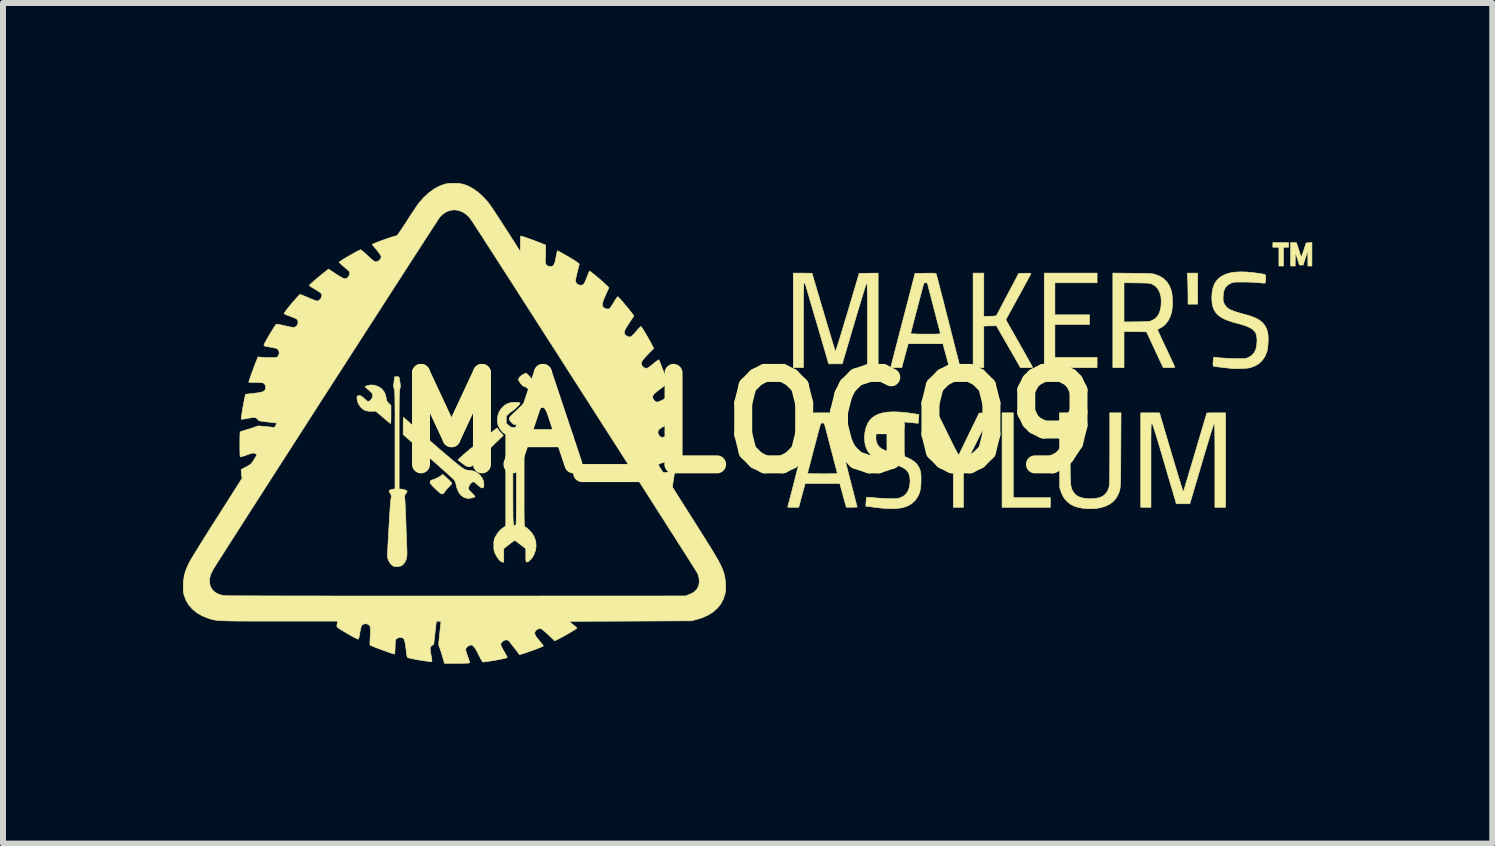
<source format=kicad_pcb>
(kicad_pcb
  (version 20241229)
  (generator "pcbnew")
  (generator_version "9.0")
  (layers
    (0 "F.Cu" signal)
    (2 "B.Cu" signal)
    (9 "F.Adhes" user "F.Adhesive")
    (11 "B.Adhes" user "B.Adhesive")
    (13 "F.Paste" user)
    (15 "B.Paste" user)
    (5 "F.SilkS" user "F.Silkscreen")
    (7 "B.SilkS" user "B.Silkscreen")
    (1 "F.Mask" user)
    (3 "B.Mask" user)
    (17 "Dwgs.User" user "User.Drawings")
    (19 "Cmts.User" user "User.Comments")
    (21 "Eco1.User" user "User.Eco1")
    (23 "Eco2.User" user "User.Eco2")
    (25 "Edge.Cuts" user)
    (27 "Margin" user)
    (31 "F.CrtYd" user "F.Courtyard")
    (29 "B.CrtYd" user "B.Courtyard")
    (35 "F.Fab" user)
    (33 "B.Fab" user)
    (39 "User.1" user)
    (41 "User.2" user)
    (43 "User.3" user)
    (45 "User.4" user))
  (footprint "MA_LOGO9"
    (layer "F.Cu")
    (at 9.41 4)
    (property "Reference" "MA_LOGO9" (at 0 0 0) (layer "F.SilkS") (effects (font (size 1.524 1.524) (thickness 0.3))))
    (attr through_hole)
    (fp_poly (pts (xy 4.428 1.245) (xy 5.046 1.245) (xy 5.046 1.405) (xy 4.242 1.405) (xy 4.242 -0.169) (xy 4.428 -0.169) (xy 4.428 1.245)) (stroke (width 0.01) (type solid)) (fill yes) (layer "F.SilkS"))
    (fp_poly (pts (xy 9.017 -2.929) (xy 8.932 -2.929) (xy 8.932 -2.616) (xy 8.856 -2.616) (xy 8.856 -2.929) (xy 8.755 -2.929) (xy 8.755 -3.006) (xy 9.017 -3.006) (xy 9.017 -2.929)) (stroke (width 0.01) (type solid)) (fill yes) (layer "F.SilkS"))
    (fp_poly (pts (xy 7.501 -1.981) (xy 7.341 -1.981) (xy 7.341 -2.131) (xy 7.34 -2.191) (xy 7.339 -2.254) (xy 7.338 -2.315) (xy 7.336 -2.368) (xy 7.335 -2.39) (xy 7.33 -2.498) (xy 7.501 -2.498) (xy 7.501 -1.981)) (stroke (width 0.01) (type solid)) (fill yes) (layer "F.SilkS"))
    (fp_poly (pts (xy 5.825 -2.337) (xy 5.122 -2.337) (xy 5.122 -1.803) (xy 5.698 -1.803) (xy 5.698 -1.643) (xy 5.122 -1.643) (xy 5.122 -1.092) (xy 5.825 -1.092) (xy 5.825 -0.923) (xy 4.945 -0.923) (xy 4.945 -2.498) (xy 5.825 -2.498) (xy 5.825 -2.337)) (stroke (width 0.01) (type solid)) (fill yes) (layer "F.SilkS"))
    (fp_poly (pts (xy 9.406 -2.616) (xy 9.339 -2.616) (xy 9.338 -2.745) (xy 9.338 -2.874) (xy 9.259 -2.633) (xy 9.198 -2.633) (xy 9.129 -2.849) (xy 9.128 -2.733) (xy 9.127 -2.616) (xy 9.051 -2.616) (xy 9.051 -3.006) (xy 9.1 -3.006) (xy 9.148 -3.006) (xy 9.186 -2.887) (xy 9.199 -2.845) (xy 9.211 -2.81) (xy 9.221 -2.784) (xy 9.227 -2.77) (xy 9.228 -2.769) (xy 9.233 -2.776) (xy 9.241 -2.797) (xy 9.252 -2.828) (xy 9.266 -2.867) (xy 9.272 -2.885) (xy 9.31 -3.001) (xy 9.358 -3.004) (xy 9.406 -3.007) (xy 9.406 -2.616)) (stroke (width 0.01) (type solid)) (fill yes) (layer "F.SilkS"))
    (fp_poly (pts (xy -5.004 0.925) (xy -4.975 0.953) (xy -4.95 0.977) (xy -4.934 0.996) (xy -4.928 1.006) (xy -4.928 1.006) (xy -4.934 1.017) (xy -4.949 1.035) (xy -4.971 1.057) (xy -4.971 1.057) (xy -5 1.086) (xy -5.027 1.118) (xy -5.044 1.141) (xy -5.059 1.164) (xy -5.074 1.178) (xy -5.088 1.184) (xy -5.106 1.179) (xy -5.129 1.165) (xy -5.159 1.139) (xy -5.198 1.102) (xy -5.202 1.099) (xy -5.239 1.062) (xy -5.265 1.034) (xy -5.282 1.014) (xy -5.29 0.999) (xy -5.292 0.99) (xy -5.29 0.974) (xy -5.282 0.962) (xy -5.266 0.952) (xy -5.237 0.942) (xy -5.218 0.936) (xy -5.181 0.921) (xy -5.143 0.901) (xy -5.124 0.888) (xy -5.081 0.856) (xy -5.004 0.925)) (stroke (width 0.01) (type solid)) (fill yes) (layer "F.SilkS"))
    (fp_poly (pts (xy -4.166 0.092) (xy -4.162 0.101) (xy -4.153 0.115) (xy -4.137 0.137) (xy -4.115 0.161) (xy -4.114 0.162) (xy -4.071 0.207) (xy -4.182 0.313) (xy -4.22 0.35) (xy -4.256 0.386) (xy -4.287 0.419) (xy -4.311 0.444) (xy -4.323 0.457) (xy -4.339 0.475) (xy -4.364 0.502) (xy -4.398 0.535) (xy -4.436 0.572) (xy -4.476 0.61) (xy -4.478 0.611) (xy -4.52 0.651) (xy -4.552 0.68) (xy -4.576 0.701) (xy -4.594 0.714) (xy -4.608 0.722) (xy -4.62 0.726) (xy -4.632 0.728) (xy -4.641 0.728) (xy -4.659 0.727) (xy -4.676 0.723) (xy -4.694 0.714) (xy -4.719 0.698) (xy -4.752 0.674) (xy -4.754 0.672) (xy -4.829 0.615) (xy -4.775 0.565) (xy -4.7 0.499) (xy -4.614 0.427) (xy -4.517 0.349) (xy -4.42 0.274) (xy -4.374 0.24) (xy -4.33 0.205) (xy -4.289 0.173) (xy -4.256 0.147) (xy -4.235 0.13) (xy -4.209 0.109) (xy -4.189 0.093) (xy -4.176 0.085) (xy -4.174 0.085) (xy -4.166 0.092)) (stroke (width 0.01) (type solid)) (fill yes) (layer "F.SilkS"))
    (fp_poly (pts (xy 3.937 -1.778) (xy 4.011 -1.778) (xy 4.049 -1.779) (xy 4.085 -1.78) (xy 4.111 -1.783) (xy 4.116 -1.783) (xy 4.147 -1.788) (xy 4.333 -2.141) (xy 4.519 -2.493) (xy 4.623 -2.496) (xy 4.668 -2.496) (xy 4.698 -2.496) (xy 4.715 -2.494) (xy 4.722 -2.49) (xy 4.722 -2.487) (xy 4.717 -2.478) (xy 4.705 -2.455) (xy 4.686 -2.421) (xy 4.662 -2.375) (xy 4.632 -2.321) (xy 4.599 -2.259) (xy 4.562 -2.191) (xy 4.522 -2.118) (xy 4.511 -2.099) (xy 4.304 -1.721) (xy 4.527 -1.328) (xy 4.569 -1.253) (xy 4.609 -1.183) (xy 4.645 -1.119) (xy 4.677 -1.061) (xy 4.704 -1.013) (xy 4.726 -0.974) (xy 4.741 -0.946) (xy 4.749 -0.931) (xy 4.75 -0.929) (xy 4.742 -0.927) (xy 4.72 -0.925) (xy 4.688 -0.923) (xy 4.649 -0.923) (xy 4.649 -0.923) (xy 4.548 -0.923) (xy 4.348 -1.272) (xy 4.147 -1.621) (xy 4.042 -1.619) (xy 3.937 -1.616) (xy 3.937 -0.923) (xy 3.759 -0.923) (xy 3.759 -2.498) (xy 3.937 -2.498) (xy 3.937 -1.778)) (stroke (width 0.01) (type solid)) (fill yes) (layer "F.SilkS"))
    (fp_poly (pts (xy 3.339 0.188) (xy 3.38 0.271) (xy 3.414 0.34) (xy 3.443 0.397) (xy 3.465 0.441) (xy 3.483 0.475) (xy 3.497 0.5) (xy 3.507 0.516) (xy 3.514 0.526) (xy 3.519 0.53) (xy 3.523 0.529) (xy 3.525 0.525) (xy 3.531 0.513) (xy 3.543 0.488) (xy 3.561 0.45) (xy 3.584 0.403) (xy 3.611 0.347) (xy 3.642 0.284) (xy 3.675 0.215) (xy 3.697 0.169) (xy 3.86 -0.165) (xy 3.958 -0.167) (xy 3.996 -0.168) (xy 4.027 -0.168) (xy 4.048 -0.167) (xy 4.056 -0.165) (xy 4.052 -0.157) (xy 4.041 -0.135) (xy 4.024 -0.101) (xy 4.002 -0.055) (xy 3.974 0.001) (xy 3.943 0.065) (xy 3.907 0.136) (xy 3.869 0.213) (xy 3.828 0.295) (xy 3.827 0.296) (xy 3.598 0.753) (xy 3.598 1.405) (xy 3.429 1.405) (xy 3.429 0.751) (xy 3.2 0.299) (xy 3.159 0.218) (xy 3.121 0.141) (xy 3.085 0.07) (xy 3.053 0.006) (xy 3.025 -0.05) (xy 3.003 -0.095) (xy 2.986 -0.13) (xy 2.975 -0.152) (xy 2.972 -0.161) (xy 2.98 -0.165) (xy 3.003 -0.168) (xy 3.04 -0.169) (xy 3.068 -0.169) (xy 3.163 -0.169) (xy 3.339 0.188)) (stroke (width 0.01) (type solid)) (fill yes) (layer "F.SilkS"))
    (fp_poly (pts (xy -6.241 -0.633) (xy -6.187 -0.62) (xy -6.136 -0.596) (xy -6.092 -0.563) (xy -6.058 -0.52) (xy -6.05 -0.505) (xy -6.036 -0.47) (xy -6.026 -0.431) (xy -6.023 -0.413) (xy -6.018 -0.384) (xy -6.01 -0.363) (xy -5.993 -0.342) (xy -5.981 -0.329) (xy -5.944 -0.293) (xy -5.944 -0.142) (xy -5.944 -0.094) (xy -5.945 -0.052) (xy -5.946 -0.019) (xy -5.948 0.002) (xy -5.95 0.008) (xy -5.959 0.003) (xy -5.977 -0.011) (xy -6.002 -0.031) (xy -6.016 -0.043) (xy -6.052 -0.074) (xy -6.093 -0.109) (xy -6.131 -0.141) (xy -6.137 -0.146) (xy -6.199 -0.197) (xy -6.269 -0.195) (xy -6.323 -0.197) (xy -6.366 -0.206) (xy -6.402 -0.223) (xy -6.435 -0.252) (xy -6.447 -0.264) (xy -6.479 -0.308) (xy -6.5 -0.356) (xy -6.51 -0.403) (xy -6.509 -0.425) (xy -6.506 -0.444) (xy -6.496 -0.453) (xy -6.477 -0.455) (xy -6.459 -0.455) (xy -6.442 -0.449) (xy -6.421 -0.435) (xy -6.401 -0.417) (xy -6.369 -0.39) (xy -6.348 -0.372) (xy -6.334 -0.362) (xy -6.323 -0.359) (xy -6.314 -0.361) (xy -6.302 -0.367) (xy -6.3 -0.368) (xy -6.272 -0.392) (xy -6.254 -0.426) (xy -6.248 -0.46) (xy -6.25 -0.475) (xy -6.256 -0.489) (xy -6.268 -0.505) (xy -6.289 -0.526) (xy -6.313 -0.548) (xy -6.377 -0.605) (xy -6.344 -0.62) (xy -6.295 -0.633) (xy -6.241 -0.633)) (stroke (width 0.01) (type solid)) (fill yes) (layer "F.SilkS"))
    (fp_poly (pts (xy 5.376 0.409) (xy 5.376 0.529) (xy 5.377 0.634) (xy 5.377 0.724) (xy 5.378 0.8) (xy 5.378 0.865) (xy 5.38 0.92) (xy 5.382 0.965) (xy 5.384 1.001) (xy 5.387 1.031) (xy 5.391 1.056) (xy 5.395 1.076) (xy 5.4 1.093) (xy 5.406 1.108) (xy 5.413 1.123) (xy 5.415 1.126) (xy 5.446 1.174) (xy 5.488 1.212) (xy 5.54 1.238) (xy 5.604 1.255) (xy 5.681 1.263) (xy 5.719 1.263) (xy 5.8 1.258) (xy 5.867 1.243) (xy 5.923 1.218) (xy 5.966 1.182) (xy 6 1.134) (xy 6.023 1.075) (xy 6.026 1.065) (xy 6.028 1.051) (xy 6.03 1.034) (xy 6.032 1.011) (xy 6.033 0.981) (xy 6.034 0.944) (xy 6.035 0.898) (xy 6.036 0.841) (xy 6.036 0.773) (xy 6.036 0.693) (xy 6.037 0.598) (xy 6.037 0.489) (xy 6.037 0.43) (xy 6.037 -0.169) (xy 6.224 -0.169) (xy 6.221 0.451) (xy 6.22 0.571) (xy 6.22 0.675) (xy 6.219 0.765) (xy 6.218 0.842) (xy 6.217 0.907) (xy 6.216 0.961) (xy 6.215 1.007) (xy 6.212 1.044) (xy 6.21 1.075) (xy 6.206 1.1) (xy 6.202 1.121) (xy 6.197 1.139) (xy 6.191 1.156) (xy 6.184 1.173) (xy 6.176 1.191) (xy 6.17 1.205) (xy 6.132 1.267) (xy 6.081 1.32) (xy 6.018 1.362) (xy 5.944 1.395) (xy 5.859 1.417) (xy 5.764 1.428) (xy 5.661 1.428) (xy 5.595 1.422) (xy 5.513 1.408) (xy 5.444 1.386) (xy 5.384 1.355) (xy 5.331 1.313) (xy 5.328 1.31) (xy 5.291 1.27) (xy 5.262 1.229) (xy 5.238 1.18) (xy 5.223 1.139) (xy 5.203 1.079) (xy 5.2 0.455) (xy 5.198 -0.169) (xy 5.376 -0.169) (xy 5.376 0.409)) (stroke (width 0.01) (type solid)) (fill yes) (layer "F.SilkS"))
    (fp_poly (pts (xy -5.728 -0.088) (xy -5.71 -0.072) (xy -5.683 -0.049) (xy -5.648 -0.018) (xy -5.608 0.018) (xy -5.568 0.054) (xy -5.478 0.134) (xy -5.388 0.215) (xy -5.298 0.294) (xy -5.211 0.37) (xy -5.127 0.443) (xy -5.047 0.511) (xy -4.974 0.573) (xy -4.907 0.629) (xy -4.849 0.676) (xy -4.801 0.714) (xy -4.764 0.743) (xy -4.758 0.746) (xy -4.729 0.766) (xy -4.706 0.778) (xy -4.682 0.785) (xy -4.652 0.789) (xy -4.637 0.79) (xy -4.579 0.798) (xy -4.531 0.815) (xy -4.489 0.843) (xy -4.455 0.876) (xy -4.421 0.922) (xy -4.401 0.969) (xy -4.395 1.021) (xy -4.396 1.037) (xy -4.398 1.063) (xy -4.403 1.076) (xy -4.413 1.081) (xy -4.42 1.082) (xy -4.434 1.08) (xy -4.452 1.07) (xy -4.478 1.051) (xy -4.503 1.029) (xy -4.531 1.004) (xy -4.55 0.988) (xy -4.563 0.981) (xy -4.573 0.98) (xy -4.584 0.984) (xy -4.588 0.986) (xy -4.614 1.007) (xy -4.637 1.039) (xy -4.651 1.076) (xy -4.652 1.08) (xy -4.653 1.092) (xy -4.65 1.105) (xy -4.64 1.119) (xy -4.622 1.14) (xy -4.598 1.164) (xy -4.573 1.189) (xy -4.555 1.21) (xy -4.544 1.225) (xy -4.543 1.229) (xy -4.554 1.236) (xy -4.578 1.243) (xy -4.609 1.251) (xy -4.636 1.256) (xy -4.663 1.257) (xy -4.688 1.253) (xy -4.74 1.233) (xy -4.783 1.197) (xy -4.818 1.148) (xy -4.844 1.085) (xy -4.856 1.035) (xy -4.868 0.989) (xy -4.882 0.958) (xy -4.888 0.95) (xy -4.899 0.938) (xy -4.922 0.917) (xy -4.955 0.887) (xy -4.997 0.849) (xy -5.046 0.805) (xy -5.102 0.755) (xy -5.162 0.702) (xy -5.225 0.645) (xy -5.291 0.587) (xy -5.357 0.529) (xy -5.423 0.471) (xy -5.487 0.414) (xy -5.547 0.361) (xy -5.548 0.361) (xy -5.74 0.193) (xy -5.74 0.05) (xy -5.74 0.003) (xy -5.739 -0.038) (xy -5.738 -0.069) (xy -5.737 -0.088) (xy -5.735 -0.093) (xy -5.728 -0.088)) (stroke (width 0.01) (type solid)) (fill yes) (layer "F.SilkS"))
    (fp_poly (pts (xy -3.645 -0.788) (xy -3.613 -0.751) (xy -3.593 -0.717) (xy -3.59 -0.709) (xy -3.575 -0.675) (xy -3.552 -0.647) (xy -3.527 -0.631) (xy -3.508 -0.628) (xy -3.475 -0.624) (xy -3.441 -0.606) (xy -3.406 -0.574) (xy -3.368 -0.527) (xy -3.328 -0.465) (xy -3.285 -0.388) (xy -3.262 -0.343) (xy -3.218 -0.246) (xy -3.179 -0.14) (xy -3.148 -0.034) (xy -3.146 -0.026) (xy -3.136 0.017) (xy -3.131 0.045) (xy -3.132 0.063) (xy -3.139 0.072) (xy -3.153 0.076) (xy -3.167 0.076) (xy -3.181 0.074) (xy -3.191 0.065) (xy -3.201 0.046) (xy -3.208 0.028) (xy -3.233 -0.028) (xy -3.265 -0.085) (xy -3.301 -0.137) (xy -3.327 -0.169) (xy -3.348 -0.193) (xy -3.365 -0.216) (xy -3.372 -0.228) (xy -3.385 -0.248) (xy -3.4 -0.258) (xy -3.422 -0.257) (xy -3.453 -0.247) (xy -3.464 -0.243) (xy -3.498 -0.23) (xy -3.53 -0.218) (xy -3.552 -0.212) (xy -3.57 -0.204) (xy -3.596 -0.189) (xy -3.63 -0.164) (xy -3.673 -0.131) (xy -3.726 -0.087) (xy -3.79 -0.032) (xy -3.822 -0.005) (xy -3.848 0.017) (xy -3.868 0.028) (xy -3.885 0.028) (xy -3.905 0.017) (xy -3.931 -0.006) (xy -3.936 -0.011) (xy -3.958 -0.033) (xy -3.968 -0.052) (xy -3.971 -0.07) (xy -3.97 -0.081) (xy -3.966 -0.092) (xy -3.957 -0.106) (xy -3.941 -0.123) (xy -3.917 -0.147) (xy -3.884 -0.178) (xy -3.85 -0.209) (xy -3.811 -0.247) (xy -3.774 -0.282) (xy -3.742 -0.314) (xy -3.718 -0.34) (xy -3.704 -0.356) (xy -3.684 -0.383) (xy -3.663 -0.408) (xy -3.655 -0.415) (xy -3.641 -0.433) (xy -3.634 -0.452) (xy -3.632 -0.479) (xy -3.632 -0.484) (xy -3.639 -0.532) (xy -3.658 -0.569) (xy -3.69 -0.596) (xy -3.734 -0.613) (xy -3.748 -0.622) (xy -3.768 -0.642) (xy -3.788 -0.667) (xy -3.805 -0.692) (xy -3.816 -0.713) (xy -3.818 -0.722) (xy -3.811 -0.747) (xy -3.791 -0.773) (xy -3.761 -0.797) (xy -3.737 -0.81) (xy -3.69 -0.832) (xy -3.645 -0.788)) (stroke (width 0.01) (type solid)) (fill yes) (layer "F.SilkS"))
    (fp_poly (pts (xy 6.416 -2.495) (xy 6.503 -2.494) (xy 6.575 -2.493) (xy 6.633 -2.492) (xy 6.68 -2.49) (xy 6.716 -2.489) (xy 6.745 -2.486) (xy 6.766 -2.484) (xy 6.783 -2.48) (xy 6.789 -2.478) (xy 6.868 -2.447) (xy 6.935 -2.405) (xy 6.989 -2.351) (xy 7.031 -2.285) (xy 7.061 -2.208) (xy 7.067 -2.187) (xy 7.074 -2.142) (xy 7.079 -2.086) (xy 7.081 -2.024) (xy 7.08 -1.962) (xy 7.076 -1.903) (xy 7.069 -1.855) (xy 7.067 -1.843) (xy 7.041 -1.766) (xy 7.006 -1.699) (xy 6.961 -1.643) (xy 6.908 -1.599) (xy 6.877 -1.583) (xy 6.853 -1.57) (xy 6.837 -1.56) (xy 6.833 -1.555) (xy 6.836 -1.546) (xy 6.846 -1.524) (xy 6.862 -1.489) (xy 6.882 -1.444) (xy 6.907 -1.391) (xy 6.935 -1.331) (xy 6.966 -1.265) (xy 6.977 -1.243) (xy 7.008 -1.176) (xy 7.037 -1.114) (xy 7.063 -1.058) (xy 7.085 -1.01) (xy 7.103 -0.972) (xy 7.114 -0.945) (xy 7.12 -0.931) (xy 7.12 -0.93) (xy 7.113 -0.927) (xy 7.091 -0.925) (xy 7.059 -0.923) (xy 7.024 -0.923) (xy 6.928 -0.923) (xy 6.855 -1.077) (xy 6.827 -1.138) (xy 6.795 -1.206) (xy 6.763 -1.276) (xy 6.733 -1.34) (xy 6.716 -1.376) (xy 6.649 -1.52) (xy 6.274 -1.524) (xy 6.274 -0.923) (xy 6.088 -0.923) (xy 6.088 -1.684) (xy 6.274 -1.684) (xy 6.488 -1.686) (xy 6.554 -1.687) (xy 6.606 -1.688) (xy 6.646 -1.69) (xy 6.676 -1.692) (xy 6.698 -1.694) (xy 6.714 -1.698) (xy 6.728 -1.702) (xy 6.74 -1.707) (xy 6.792 -1.739) (xy 6.833 -1.78) (xy 6.863 -1.833) (xy 6.883 -1.899) (xy 6.891 -1.948) (xy 6.895 -2.036) (xy 6.888 -2.115) (xy 6.868 -2.182) (xy 6.837 -2.238) (xy 6.795 -2.283) (xy 6.745 -2.313) (xy 6.73 -2.319) (xy 6.716 -2.324) (xy 6.7 -2.327) (xy 6.678 -2.33) (xy 6.65 -2.332) (xy 6.612 -2.333) (xy 6.563 -2.334) (xy 6.499 -2.335) (xy 6.488 -2.335) (xy 6.274 -2.338) (xy 6.274 -1.684) (xy 6.088 -1.684) (xy 6.088 -2.499) (xy 6.416 -2.495)) (stroke (width 0.01) (type solid)) (fill yes) (layer "F.SilkS"))
    (fp_poly (pts (xy 2.176 -0.923) (xy 1.998 -0.923) (xy 1.998 -1.63) (xy 1.998 -1.76) (xy 1.998 -1.874) (xy 1.998 -1.973) (xy 1.997 -2.058) (xy 1.997 -2.129) (xy 1.996 -2.188) (xy 1.995 -2.236) (xy 1.994 -2.274) (xy 1.993 -2.301) (xy 1.992 -2.32) (xy 1.99 -2.332) (xy 1.988 -2.337) (xy 1.987 -2.337) (xy 1.983 -2.329) (xy 1.974 -2.305) (xy 1.96 -2.265) (xy 1.943 -2.21) (xy 1.921 -2.14) (xy 1.895 -2.055) (xy 1.865 -1.955) (xy 1.831 -1.842) (xy 1.793 -1.715) (xy 1.777 -1.662) (xy 1.578 -0.986) (xy 1.352 -0.986) (xy 1.169 -1.613) (xy 1.139 -1.714) (xy 1.11 -1.811) (xy 1.083 -1.903) (xy 1.058 -1.988) (xy 1.036 -2.065) (xy 1.016 -2.134) (xy 0.999 -2.191) (xy 0.985 -2.237) (xy 0.976 -2.269) (xy 0.971 -2.287) (xy 0.97 -2.288) (xy 0.96 -2.318) (xy 0.949 -2.335) (xy 0.944 -2.337) (xy 0.942 -2.335) (xy 0.94 -2.33) (xy 0.938 -2.319) (xy 0.936 -2.303) (xy 0.935 -2.279) (xy 0.934 -2.248) (xy 0.933 -2.207) (xy 0.933 -2.156) (xy 0.932 -2.095) (xy 0.932 -2.021) (xy 0.932 -1.934) (xy 0.931 -1.832) (xy 0.931 -1.716) (xy 0.931 -1.63) (xy 0.931 -0.923) (xy 0.762 -0.923) (xy 0.762 -2.498) (xy 0.919 -2.498) (xy 0.968 -2.497) (xy 1.011 -2.497) (xy 1.045 -2.496) (xy 1.067 -2.495) (xy 1.075 -2.494) (xy 1.078 -2.485) (xy 1.084 -2.461) (xy 1.095 -2.424) (xy 1.109 -2.375) (xy 1.127 -2.317) (xy 1.147 -2.249) (xy 1.169 -2.174) (xy 1.193 -2.093) (xy 1.218 -2.008) (xy 1.244 -1.92) (xy 1.271 -1.831) (xy 1.297 -1.742) (xy 1.323 -1.654) (xy 1.348 -1.57) (xy 1.372 -1.49) (xy 1.394 -1.417) (xy 1.414 -1.351) (xy 1.431 -1.294) (xy 1.445 -1.248) (xy 1.455 -1.214) (xy 1.462 -1.194) (xy 1.463 -1.188) (xy 1.467 -1.194) (xy 1.474 -1.216) (xy 1.486 -1.251) (xy 1.501 -1.299) (xy 1.52 -1.359) (xy 1.542 -1.428) (xy 1.566 -1.507) (xy 1.592 -1.594) (xy 1.62 -1.688) (xy 1.65 -1.787) (xy 1.665 -1.836) (xy 1.86 -2.493) (xy 2.018 -2.496) (xy 2.176 -2.498) (xy 2.176 -0.923)) (stroke (width 0.01) (type solid)) (fill yes) (layer "F.SilkS"))
    (fp_poly (pts (xy 3.1 -2.496) (xy 3.121 -2.495) (xy 3.134 -2.492) (xy 3.141 -2.489) (xy 3.144 -2.484) (xy 3.144 -2.483) (xy 3.149 -2.468) (xy 3.156 -2.439) (xy 3.168 -2.396) (xy 3.182 -2.342) (xy 3.198 -2.278) (xy 3.217 -2.204) (xy 3.238 -2.123) (xy 3.261 -2.036) (xy 3.284 -1.944) (xy 3.308 -1.849) (xy 3.333 -1.751) (xy 3.358 -1.653) (xy 3.383 -1.556) (xy 3.407 -1.462) (xy 3.43 -1.37) (xy 3.452 -1.284) (xy 3.472 -1.204) (xy 3.491 -1.132) (xy 3.507 -1.069) (xy 3.52 -1.017) (xy 3.53 -0.977) (xy 3.536 -0.95) (xy 3.539 -0.937) (xy 3.539 -0.937) (xy 3.537 -0.931) (xy 3.529 -0.926) (xy 3.512 -0.924) (xy 3.483 -0.923) (xy 3.451 -0.923) (xy 3.364 -0.923) (xy 3.256 -1.321) (xy 2.678 -1.321) (xy 2.651 -1.226) (xy 2.638 -1.176) (xy 2.622 -1.119) (xy 2.607 -1.062) (xy 2.597 -1.027) (xy 2.57 -0.923) (xy 2.478 -0.923) (xy 2.386 -0.923) (xy 2.391 -0.946) (xy 2.394 -0.958) (xy 2.401 -0.984) (xy 2.411 -1.025) (xy 2.425 -1.078) (xy 2.442 -1.144) (xy 2.461 -1.219) (xy 2.483 -1.304) (xy 2.507 -1.397) (xy 2.531 -1.49) (xy 2.718 -1.49) (xy 2.726 -1.487) (xy 2.751 -1.485) (xy 2.791 -1.484) (xy 2.846 -1.482) (xy 2.914 -1.482) (xy 2.968 -1.482) (xy 3.04 -1.482) (xy 3.096 -1.482) (xy 3.139 -1.482) (xy 3.171 -1.483) (xy 3.192 -1.485) (xy 3.206 -1.487) (xy 3.212 -1.489) (xy 3.214 -1.493) (xy 3.214 -1.496) (xy 3.21 -1.509) (xy 3.203 -1.536) (xy 3.193 -1.575) (xy 3.18 -1.624) (xy 3.165 -1.681) (xy 3.149 -1.745) (xy 3.131 -1.813) (xy 3.112 -1.884) (xy 3.094 -1.956) (xy 3.075 -2.027) (xy 3.058 -2.094) (xy 3.042 -2.157) (xy 3.027 -2.213) (xy 3.015 -2.261) (xy 3.006 -2.297) (xy 3 -2.322) (xy 2.997 -2.332) (xy 2.997 -2.332) (xy 2.99 -2.335) (xy 2.971 -2.337) (xy 2.968 -2.337) (xy 2.948 -2.335) (xy 2.938 -2.327) (xy 2.931 -2.307) (xy 2.93 -2.305) (xy 2.903 -2.201) (xy 2.876 -2.099) (xy 2.85 -2.001) (xy 2.826 -1.908) (xy 2.803 -1.82) (xy 2.782 -1.741) (xy 2.763 -1.669) (xy 2.748 -1.608) (xy 2.735 -1.559) (xy 2.725 -1.521) (xy 2.72 -1.498) (xy 2.718 -1.49) (xy 2.531 -1.49) (xy 2.533 -1.497) (xy 2.56 -1.603) (xy 2.589 -1.713) (xy 2.594 -1.731) (xy 2.791 -2.493) (xy 2.965 -2.496) (xy 3.024 -2.496) (xy 3.068 -2.497) (xy 3.1 -2.496)) (stroke (width 0.01) (type solid)) (fill yes) (layer "F.SilkS"))
    (fp_poly (pts (xy 6.877 -0.129) (xy 6.928 0.043) (xy 6.974 0.2) (xy 7.016 0.341) (xy 7.054 0.469) (xy 7.088 0.583) (xy 7.118 0.684) (xy 7.145 0.773) (xy 7.168 0.85) (xy 7.188 0.917) (xy 7.206 0.973) (xy 7.22 1.02) (xy 7.233 1.059) (xy 7.243 1.089) (xy 7.25 1.112) (xy 7.256 1.128) (xy 7.261 1.138) (xy 7.264 1.142) (xy 7.266 1.142) (xy 7.266 1.142) (xy 7.271 1.126) (xy 7.28 1.096) (xy 7.292 1.054) (xy 7.308 1) (xy 7.327 0.937) (xy 7.348 0.866) (xy 7.371 0.789) (xy 7.396 0.706) (xy 7.422 0.619) (xy 7.448 0.531) (xy 7.475 0.441) (xy 7.501 0.353) (xy 7.526 0.267) (xy 7.551 0.184) (xy 7.574 0.107) (xy 7.595 0.036) (xy 7.613 -0.026) (xy 7.629 -0.079) (xy 7.641 -0.12) (xy 7.649 -0.149) (xy 7.653 -0.164) (xy 7.654 -0.165) (xy 7.662 -0.166) (xy 7.684 -0.168) (xy 7.718 -0.169) (xy 7.761 -0.169) (xy 7.811 -0.169) (xy 7.967 -0.169) (xy 7.967 1.405) (xy 7.789 1.405) (xy 7.789 0.703) (xy 7.789 0.573) (xy 7.789 0.458) (xy 7.789 0.359) (xy 7.788 0.275) (xy 7.788 0.203) (xy 7.787 0.144) (xy 7.786 0.097) (xy 7.785 0.06) (xy 7.784 0.033) (xy 7.783 0.014) (xy 7.781 0.004) (xy 7.779 0.000049) (xy 7.779 0.000038) (xy 7.774 0.008) (xy 7.765 0.032) (xy 7.752 0.071) (xy 7.735 0.125) (xy 7.713 0.194) (xy 7.688 0.277) (xy 7.659 0.373) (xy 7.626 0.482) (xy 7.59 0.603) (xy 7.57 0.673) (xy 7.371 1.346) (xy 7.146 1.346) (xy 7.133 1.302) (xy 7.129 1.287) (xy 7.12 1.257) (xy 7.107 1.213) (xy 7.091 1.157) (xy 7.071 1.091) (xy 7.049 1.015) (xy 7.024 0.931) (xy 6.997 0.84) (xy 6.969 0.744) (xy 6.94 0.643) (xy 6.936 0.631) (xy 6.901 0.511) (xy 6.87 0.406) (xy 6.843 0.316) (xy 6.82 0.239) (xy 6.8 0.175) (xy 6.784 0.123) (xy 6.77 0.081) (xy 6.76 0.049) (xy 6.751 0.026) (xy 6.745 0.011) (xy 6.74 0.003) (xy 6.737 0.002) (xy 6.735 0.002) (xy 6.732 0.004) (xy 6.73 0.01) (xy 6.729 0.02) (xy 6.727 0.035) (xy 6.726 0.057) (xy 6.725 0.086) (xy 6.724 0.124) (xy 6.724 0.171) (xy 6.723 0.229) (xy 6.723 0.299) (xy 6.723 0.382) (xy 6.723 0.478) (xy 6.723 0.589) (xy 6.723 0.702) (xy 6.723 1.405) (xy 6.553 1.405) (xy 6.553 -0.169) (xy 6.865 -0.169) (xy 6.877 -0.129)) (stroke (width 0.01) (type solid)) (fill yes) (layer "F.SilkS"))
    (fp_poly (pts (xy 2.54 -0.182) (xy 2.664 -0.17) (xy 2.768 -0.155) (xy 2.856 -0.141) (xy 2.85 -0.069) (xy 2.847 -0.036) (xy 2.845 -0.011) (xy 2.843 0.003) (xy 2.843 0.005) (xy 2.834 0.004) (xy 2.812 0.002) (xy 2.779 -0.001) (xy 2.74 -0.006) (xy 2.739 -0.006) (xy 2.694 -0.01) (xy 2.638 -0.014) (xy 2.577 -0.017) (xy 2.516 -0.019) (xy 2.489 -0.02) (xy 2.432 -0.02) (xy 2.389 -0.019) (xy 2.356 -0.018) (xy 2.331 -0.015) (xy 2.309 -0.01) (xy 2.293 -0.005) (xy 2.237 0.02) (xy 2.194 0.056) (xy 2.163 0.102) (xy 2.145 0.16) (xy 2.139 0.229) (xy 2.139 0.268) (xy 2.143 0.296) (xy 2.149 0.321) (xy 2.161 0.348) (xy 2.162 0.349) (xy 2.177 0.376) (xy 2.196 0.4) (xy 2.22 0.42) (xy 2.251 0.439) (xy 2.291 0.457) (xy 2.341 0.476) (xy 2.405 0.495) (xy 2.482 0.516) (xy 2.577 0.545) (xy 2.658 0.575) (xy 2.723 0.607) (xy 2.776 0.642) (xy 2.818 0.682) (xy 2.849 0.726) (xy 2.872 0.777) (xy 2.88 0.803) (xy 2.885 0.827) (xy 2.889 0.855) (xy 2.89 0.89) (xy 2.891 0.936) (xy 2.891 0.953) (xy 2.889 1.024) (xy 2.883 1.084) (xy 2.873 1.135) (xy 2.858 1.182) (xy 2.839 1.222) (xy 2.799 1.283) (xy 2.746 1.335) (xy 2.682 1.376) (xy 2.609 1.404) (xy 2.59 1.41) (xy 2.541 1.418) (xy 2.479 1.424) (xy 2.411 1.427) (xy 2.341 1.426) (xy 2.273 1.422) (xy 2.23 1.418) (xy 2.176 1.412) (xy 2.121 1.406) (xy 2.08 1.4) (xy 1.97 1.386) (xy 1.975 1.314) (xy 1.978 1.281) (xy 1.981 1.255) (xy 1.984 1.24) (xy 1.984 1.239) (xy 1.994 1.238) (xy 2.017 1.239) (xy 2.052 1.241) (xy 2.095 1.245) (xy 2.136 1.249) (xy 2.232 1.256) (xy 2.318 1.261) (xy 2.393 1.263) (xy 2.455 1.261) (xy 2.504 1.257) (xy 2.534 1.25) (xy 2.593 1.224) (xy 2.64 1.185) (xy 2.674 1.134) (xy 2.697 1.072) (xy 2.708 0.997) (xy 2.709 0.965) (xy 2.705 0.905) (xy 2.693 0.855) (xy 2.671 0.812) (xy 2.637 0.775) (xy 2.591 0.744) (xy 2.531 0.717) (xy 2.457 0.692) (xy 2.404 0.679) (xy 2.302 0.651) (xy 2.216 0.622) (xy 2.144 0.59) (xy 2.085 0.555) (xy 2.039 0.514) (xy 2.003 0.469) (xy 1.978 0.416) (xy 1.96 0.356) (xy 1.954 0.322) (xy 1.949 0.239) (xy 1.956 0.157) (xy 1.974 0.079) (xy 2.002 0.009) (xy 2.021 -0.023) (xy 2.062 -0.073) (xy 2.113 -0.113) (xy 2.175 -0.145) (xy 2.247 -0.167) (xy 2.332 -0.181) (xy 2.43 -0.186) (xy 2.54 -0.182)) (stroke (width 0.01) (type solid)) (fill yes) (layer "F.SilkS"))
    (fp_poly (pts (xy -5.82 -0.77) (xy -5.812 -0.765) (xy -5.807 -0.753) (xy -5.802 -0.733) (xy -5.797 -0.7) (xy -5.791 -0.658) (xy -5.787 -0.623) (xy -5.787 -0.599) (xy -5.793 -0.577) (xy -5.795 -0.571) (xy -5.797 -0.564) (xy -5.799 -0.554) (xy -5.801 -0.539) (xy -5.802 -0.519) (xy -5.804 -0.493) (xy -5.805 -0.46) (xy -5.806 -0.418) (xy -5.806 -0.367) (xy -5.807 -0.305) (xy -5.807 -0.233) (xy -5.808 -0.148) (xy -5.808 -0.049) (xy -5.808 0.063) (xy -5.808 0.191) (xy -5.808 0.28) (xy -5.808 1.101) (xy -5.786 1.101) (xy -5.759 1.103) (xy -5.728 1.11) (xy -5.701 1.119) (xy -5.682 1.129) (xy -5.68 1.131) (xy -5.675 1.144) (xy -5.683 1.158) (xy -5.706 1.19) (xy -5.717 1.222) (xy -5.715 1.248) (xy -5.715 1.248) (xy -5.713 1.261) (xy -5.711 1.289) (xy -5.708 1.33) (xy -5.706 1.383) (xy -5.703 1.445) (xy -5.7 1.516) (xy -5.697 1.593) (xy -5.694 1.666) (xy -5.692 1.749) (xy -5.689 1.83) (xy -5.686 1.906) (xy -5.684 1.975) (xy -5.681 2.035) (xy -5.679 2.084) (xy -5.678 2.12) (xy -5.677 2.138) (xy -5.678 2.213) (xy -5.691 2.277) (xy -5.717 2.329) (xy -5.754 2.369) (xy -5.759 2.373) (xy -5.784 2.384) (xy -5.818 2.392) (xy -5.856 2.394) (xy -5.891 2.391) (xy -5.891 2.39) (xy -5.916 2.378) (xy -5.942 2.355) (xy -5.967 2.323) (xy -5.986 2.289) (xy -5.99 2.277) (xy -5.994 2.265) (xy -5.997 2.254) (xy -6 2.241) (xy -6.001 2.226) (xy -6.002 2.207) (xy -6.002 2.181) (xy -6 2.147) (xy -5.998 2.104) (xy -5.995 2.049) (xy -5.991 1.98) (xy -5.986 1.897) (xy -5.986 1.892) (xy -5.983 1.842) (xy -5.98 1.78) (xy -5.976 1.709) (xy -5.971 1.635) (xy -5.967 1.562) (xy -5.965 1.52) (xy -5.961 1.457) (xy -5.957 1.398) (xy -5.953 1.345) (xy -5.949 1.302) (xy -5.945 1.27) (xy -5.942 1.253) (xy -5.938 1.228) (xy -5.94 1.206) (xy -5.949 1.183) (xy -5.968 1.153) (xy -5.971 1.149) (xy -5.975 1.133) (xy -5.962 1.119) (xy -5.935 1.109) (xy -5.913 1.104) (xy -5.876 1.099) (xy -5.876 0.279) (xy -5.876 0.142) (xy -5.876 0.021) (xy -5.876 -0.085) (xy -5.876 -0.178) (xy -5.877 -0.257) (xy -5.877 -0.325) (xy -5.878 -0.382) (xy -5.878 -0.429) (xy -5.879 -0.467) (xy -5.88 -0.497) (xy -5.882 -0.521) (xy -5.883 -0.539) (xy -5.885 -0.552) (xy -5.887 -0.562) (xy -5.889 -0.568) (xy -5.89 -0.571) (xy -5.896 -0.586) (xy -5.9 -0.602) (xy -5.9 -0.623) (xy -5.897 -0.652) (xy -5.893 -0.685) (xy -5.882 -0.77) (xy -5.846 -0.77) (xy -5.83 -0.771) (xy -5.82 -0.77)) (stroke (width 0.01) (type solid)) (fill yes) (layer "F.SilkS"))
    (fp_poly (pts (xy 1.307 -0.169) (xy 1.351 -0.169) (xy 1.382 -0.168) (xy 1.403 -0.167) (xy 1.415 -0.164) (xy 1.422 -0.161) (xy 1.425 -0.156) (xy 1.427 -0.15) (xy 1.43 -0.139) (xy 1.436 -0.113) (xy 1.447 -0.073) (xy 1.46 -0.02) (xy 1.477 0.044) (xy 1.496 0.119) (xy 1.518 0.204) (xy 1.542 0.297) (xy 1.567 0.397) (xy 1.595 0.502) (xy 1.623 0.612) (xy 1.629 0.635) (xy 1.826 1.401) (xy 1.737 1.404) (xy 1.701 1.404) (xy 1.671 1.404) (xy 1.651 1.404) (xy 1.646 1.403) (xy 1.643 1.395) (xy 1.636 1.372) (xy 1.627 1.337) (xy 1.614 1.293) (xy 1.6 1.242) (xy 1.59 1.204) (xy 1.537 1.008) (xy 1.248 1.008) (xy 0.96 1.008) (xy 0.906 1.206) (xy 0.852 1.405) (xy 0.761 1.405) (xy 0.723 1.405) (xy 0.694 1.404) (xy 0.674 1.403) (xy 0.669 1.402) (xy 0.671 1.394) (xy 0.677 1.37) (xy 0.686 1.333) (xy 0.699 1.284) (xy 0.715 1.223) (xy 0.733 1.154) (xy 0.753 1.076) (xy 0.775 0.991) (xy 0.798 0.901) (xy 0.813 0.841) (xy 0.999 0.841) (xy 1.007 0.843) (xy 1.03 0.844) (xy 1.066 0.845) (xy 1.112 0.846) (xy 1.167 0.846) (xy 1.229 0.847) (xy 1.249 0.847) (xy 1.321 0.847) (xy 1.378 0.846) (xy 1.421 0.846) (xy 1.452 0.845) (xy 1.473 0.844) (xy 1.487 0.842) (xy 1.494 0.839) (xy 1.496 0.835) (xy 1.495 0.832) (xy 1.492 0.821) (xy 1.485 0.795) (xy 1.475 0.756) (xy 1.462 0.706) (xy 1.446 0.647) (xy 1.429 0.579) (xy 1.41 0.506) (xy 1.392 0.44) (xy 1.372 0.362) (xy 1.353 0.288) (xy 1.335 0.22) (xy 1.319 0.159) (xy 1.306 0.108) (xy 1.296 0.069) (xy 1.289 0.042) (xy 1.286 0.032) (xy 1.279 0.011) (xy 1.269 0.002) (xy 1.25 0.000002) (xy 1.249 0) (xy 1.232 0.001) (xy 1.222 0.007) (xy 1.215 0.022) (xy 1.208 0.044) (xy 1.202 0.065) (xy 1.193 0.098) (xy 1.181 0.142) (xy 1.167 0.195) (xy 1.151 0.256) (xy 1.134 0.322) (xy 1.116 0.391) (xy 1.097 0.461) (xy 1.079 0.531) (xy 1.062 0.598) (xy 1.045 0.661) (xy 1.031 0.717) (xy 1.018 0.765) (xy 1.008 0.803) (xy 1.002 0.829) (xy 0.999 0.841) (xy 0.999 0.841) (xy 0.813 0.841) (xy 0.822 0.807) (xy 0.847 0.71) (xy 0.872 0.613) (xy 0.898 0.515) (xy 0.923 0.419) (xy 0.947 0.326) (xy 0.97 0.237) (xy 0.991 0.154) (xy 1.011 0.077) (xy 1.029 0.01) (xy 1.044 -0.048) (xy 1.056 -0.095) (xy 1.065 -0.129) (xy 1.07 -0.149) (xy 1.072 -0.155) (xy 1.075 -0.16) (xy 1.081 -0.163) (xy 1.093 -0.166) (xy 1.114 -0.168) (xy 1.144 -0.169) (xy 1.187 -0.169) (xy 1.245 -0.169) (xy 1.249 -0.169) (xy 1.307 -0.169)) (stroke (width 0.01) (type solid)) (fill yes) (layer "F.SilkS"))
    (fp_poly (pts (xy 8.319 -2.516) (xy 8.432 -2.505) (xy 8.522 -2.493) (xy 8.568 -2.486) (xy 8.6 -2.48) (xy 8.62 -2.474) (xy 8.631 -2.466) (xy 8.636 -2.453) (xy 8.636 -2.433) (xy 8.635 -2.405) (xy 8.635 -2.404) (xy 8.633 -2.372) (xy 8.63 -2.347) (xy 8.627 -2.333) (xy 8.626 -2.332) (xy 8.616 -2.331) (xy 8.592 -2.332) (xy 8.56 -2.334) (xy 8.529 -2.338) (xy 8.49 -2.341) (xy 8.439 -2.345) (xy 8.381 -2.347) (xy 8.32 -2.349) (xy 8.268 -2.349) (xy 8.209 -2.349) (xy 8.165 -2.349) (xy 8.133 -2.348) (xy 8.108 -2.346) (xy 8.09 -2.342) (xy 8.075 -2.338) (xy 8.059 -2.332) (xy 8.056 -2.33) (xy 8.008 -2.303) (xy 7.972 -2.27) (xy 7.948 -2.23) (xy 7.933 -2.179) (xy 7.926 -2.115) (xy 7.925 -2.075) (xy 7.926 -2.047) (xy 7.93 -2.025) (xy 7.937 -2.003) (xy 7.944 -1.987) (xy 7.961 -1.957) (xy 7.983 -1.931) (xy 8.012 -1.907) (xy 8.049 -1.886) (xy 8.098 -1.866) (xy 8.159 -1.845) (xy 8.234 -1.824) (xy 8.244 -1.821) (xy 8.321 -1.8) (xy 8.384 -1.781) (xy 8.435 -1.762) (xy 8.477 -1.744) (xy 8.513 -1.725) (xy 8.528 -1.716) (xy 8.584 -1.671) (xy 8.627 -1.616) (xy 8.657 -1.551) (xy 8.67 -1.5) (xy 8.675 -1.46) (xy 8.677 -1.409) (xy 8.676 -1.353) (xy 8.673 -1.297) (xy 8.667 -1.245) (xy 8.66 -1.203) (xy 8.657 -1.194) (xy 8.626 -1.115) (xy 8.583 -1.049) (xy 8.529 -0.995) (xy 8.464 -0.954) (xy 8.387 -0.925) (xy 8.358 -0.918) (xy 8.33 -0.914) (xy 8.29 -0.911) (xy 8.242 -0.909) (xy 8.19 -0.907) (xy 8.14 -0.907) (xy 8.094 -0.907) (xy 8.059 -0.909) (xy 8.048 -0.911) (xy 8.033 -0.913) (xy 8.006 -0.916) (xy 7.968 -0.92) (xy 7.924 -0.925) (xy 7.902 -0.928) (xy 7.857 -0.933) (xy 7.817 -0.938) (xy 7.786 -0.943) (xy 7.768 -0.947) (xy 7.764 -0.948) (xy 7.759 -0.957) (xy 7.757 -0.978) (xy 7.759 -1.012) (xy 7.76 -1.028) (xy 7.763 -1.063) (xy 7.766 -1.084) (xy 7.77 -1.095) (xy 7.777 -1.098) (xy 7.784 -1.097) (xy 7.813 -1.092) (xy 7.856 -1.087) (xy 7.909 -1.083) (xy 7.967 -1.079) (xy 8.029 -1.075) (xy 8.09 -1.073) (xy 8.146 -1.072) (xy 8.162 -1.072) (xy 8.215 -1.072) (xy 8.254 -1.072) (xy 8.282 -1.074) (xy 8.304 -1.077) (xy 8.321 -1.081) (xy 8.338 -1.088) (xy 8.345 -1.091) (xy 8.397 -1.121) (xy 8.436 -1.161) (xy 8.465 -1.211) (xy 8.483 -1.273) (xy 8.49 -1.343) (xy 8.491 -1.403) (xy 8.484 -1.454) (xy 8.471 -1.497) (xy 8.448 -1.533) (xy 8.414 -1.564) (xy 8.369 -1.591) (xy 8.311 -1.616) (xy 8.239 -1.64) (xy 8.17 -1.659) (xy 8.081 -1.683) (xy 8.007 -1.708) (xy 7.946 -1.733) (xy 7.896 -1.76) (xy 7.854 -1.789) (xy 7.819 -1.823) (xy 7.805 -1.839) (xy 7.775 -1.887) (xy 7.754 -1.941) (xy 7.742 -2.005) (xy 7.737 -2.08) (xy 7.737 -2.087) (xy 7.743 -2.179) (xy 7.759 -2.258) (xy 7.786 -2.325) (xy 7.825 -2.382) (xy 7.875 -2.428) (xy 7.923 -2.458) (xy 7.985 -2.485) (xy 8.054 -2.504) (xy 8.132 -2.515) (xy 8.22 -2.519) (xy 8.319 -2.516)) (stroke (width 0.01) (type solid)) (fill yes) (layer "F.SilkS"))
    (fp_poly (pts (xy -3.843 -0.342) (xy -3.814 -0.339) (xy -3.796 -0.335) (xy -3.793 -0.334) (xy -3.793 -0.325) (xy -3.803 -0.31) (xy -3.825 -0.286) (xy -3.852 -0.26) (xy -3.88 -0.233) (xy -3.905 -0.212) (xy -3.923 -0.199) (xy -3.931 -0.195) (xy -3.942 -0.189) (xy -3.961 -0.174) (xy -3.982 -0.154) (xy -4.022 -0.114) (xy -4.022 0.007) (xy -3.98 0.042) (xy -3.958 0.059) (xy -3.941 0.07) (xy -3.922 0.075) (xy -3.896 0.076) (xy -3.876 0.076) (xy -3.844 0.076) (xy -3.823 0.073) (xy -3.807 0.067) (xy -3.792 0.054) (xy -3.778 0.04) (xy -3.759 0.018) (xy -3.746 -0.001) (xy -3.742 -0.01) (xy -3.736 -0.02) (xy -3.721 -0.038) (xy -3.698 -0.059) (xy -3.673 -0.081) (xy -3.647 -0.102) (xy -3.624 -0.12) (xy -3.607 -0.13) (xy -3.6 -0.131) (xy -3.597 -0.121) (xy -3.595 -0.098) (xy -3.594 -0.066) (xy -3.594 -0.056) (xy -3.601 0.011) (xy -3.62 0.069) (xy -3.655 0.122) (xy -3.683 0.152) (xy -3.725 0.194) (xy -3.725 0.96) (xy -3.725 1.091) (xy -3.725 1.206) (xy -3.725 1.307) (xy -3.725 1.393) (xy -3.725 1.467) (xy -3.724 1.529) (xy -3.724 1.581) (xy -3.723 1.622) (xy -3.722 1.655) (xy -3.721 1.681) (xy -3.72 1.7) (xy -3.719 1.713) (xy -3.717 1.722) (xy -3.715 1.727) (xy -3.712 1.73) (xy -3.709 1.731) (xy -3.708 1.731) (xy -3.694 1.74) (xy -3.672 1.756) (xy -3.646 1.778) (xy -3.64 1.784) (xy -3.588 1.843) (xy -3.552 1.908) (xy -3.53 1.977) (xy -3.525 2.05) (xy -3.535 2.124) (xy -3.562 2.196) (xy -3.564 2.201) (xy -3.585 2.236) (xy -3.609 2.268) (xy -3.635 2.294) (xy -3.658 2.312) (xy -3.677 2.318) (xy -3.678 2.318) (xy -3.685 2.316) (xy -3.69 2.311) (xy -3.693 2.3) (xy -3.695 2.28) (xy -3.696 2.249) (xy -3.696 2.206) (xy -3.696 2.096) (xy -3.785 2.026) (xy -3.818 2.001) (xy -3.847 1.979) (xy -3.868 1.964) (xy -3.879 1.956) (xy -3.88 1.956) (xy -3.889 1.961) (xy -3.909 1.974) (xy -3.936 1.994) (xy -3.969 2.019) (xy -3.976 2.025) (xy -4.064 2.094) (xy -4.064 2.32) (xy -4.084 2.32) (xy -4.104 2.312) (xy -4.131 2.291) (xy -4.14 2.281) (xy -4.163 2.252) (xy -4.186 2.216) (xy -4.202 2.186) (xy -4.215 2.159) (xy -4.222 2.136) (xy -4.227 2.113) (xy -4.229 2.083) (xy -4.229 2.042) (xy -4.229 2.04) (xy -4.229 1.998) (xy -4.227 1.968) (xy -4.222 1.944) (xy -4.215 1.922) (xy -4.206 1.901) (xy -4.164 1.832) (xy -4.113 1.775) (xy -4.076 1.747) (xy -4.03 1.716) (xy -4.03 0.871) (xy -3.912 0.871) (xy -3.912 1.02) (xy -3.912 1.144) (xy -3.912 1.252) (xy -3.911 1.346) (xy -3.911 1.426) (xy -3.91 1.493) (xy -3.91 1.549) (xy -3.909 1.594) (xy -3.907 1.63) (xy -3.906 1.657) (xy -3.903 1.678) (xy -3.901 1.692) (xy -3.897 1.702) (xy -3.894 1.707) (xy -3.889 1.71) (xy -3.884 1.71) (xy -3.882 1.71) (xy -3.868 1.705) (xy -3.862 1.7) (xy -3.861 1.694) (xy -3.859 1.68) (xy -3.857 1.656) (xy -3.856 1.622) (xy -3.855 1.578) (xy -3.854 1.521) (xy -3.853 1.452) (xy -3.853 1.37) (xy -3.853 1.273) (xy -3.852 1.161) (xy -3.852 1.033) (xy -3.852 1.019) (xy -3.852 0.897) (xy -3.852 0.79) (xy -3.852 0.698) (xy -3.853 0.62) (xy -3.853 0.554) (xy -3.853 0.5) (xy -3.854 0.456) (xy -3.855 0.421) (xy -3.856 0.394) (xy -3.857 0.374) (xy -3.859 0.36) (xy -3.861 0.351) (xy -3.863 0.345) (xy -3.866 0.341) (xy -3.869 0.339) (xy -3.87 0.338) (xy -3.877 0.334) (xy -3.884 0.331) (xy -3.889 0.331) (xy -3.894 0.333) (xy -3.898 0.34) (xy -3.902 0.352) (xy -3.904 0.371) (xy -3.907 0.396) (xy -3.908 0.431) (xy -3.91 0.474) (xy -3.91 0.528) (xy -3.911 0.594) (xy -3.911 0.672) (xy -3.912 0.764) (xy -3.912 0.871) (xy -4.03 0.871) (xy -4.03 0.19) (xy -4.055 0.175) (xy -4.084 0.151) (xy -4.114 0.116) (xy -4.141 0.073) (xy -4.151 0.054) (xy -4.162 0.023) (xy -4.167 -0.01) (xy -4.169 -0.054) (xy -4.169 -0.055) (xy -4.162 -0.125) (xy -4.14 -0.187) (xy -4.104 -0.242) (xy -4.08 -0.267) (xy -4.038 -0.302) (xy -3.998 -0.324) (xy -3.954 -0.337) (xy -3.901 -0.343) (xy -3.88 -0.343) (xy -3.843 -0.342)) (stroke (width 0.01) (type solid)) (fill yes) (layer "F.SilkS"))
    (fp_poly (pts (xy -4.795 -3.99) (xy -4.744 -3.98) (xy -4.693 -3.963) (xy -4.651 -3.946) (xy -4.573 -3.903) (xy -4.493 -3.846) (xy -4.415 -3.777) (xy -4.342 -3.698) (xy -4.319 -3.67) (xy -4.305 -3.651) (xy -4.283 -3.62) (xy -4.254 -3.578) (xy -4.22 -3.526) (xy -4.18 -3.466) (xy -4.137 -3.4) (xy -4.091 -3.329) (xy -4.044 -3.256) (xy -4.03 -3.235) (xy -3.789 -2.858) (xy -3.786 -2.987) (xy -3.784 -3.116) (xy -3.761 -3.11) (xy -3.738 -3.104) (xy -3.702 -3.092) (xy -3.657 -3.077) (xy -3.607 -3.059) (xy -3.556 -3.04) (xy -3.506 -3.021) (xy -3.461 -3.004) (xy -3.454 -3.001) (xy -3.365 -2.965) (xy -3.366 -2.903) (xy -3.366 -2.866) (xy -3.367 -2.82) (xy -3.369 -2.772) (xy -3.37 -2.752) (xy -3.371 -2.704) (xy -3.368 -2.669) (xy -3.362 -2.646) (xy -3.35 -2.63) (xy -3.333 -2.618) (xy -3.33 -2.617) (xy -3.307 -2.61) (xy -3.281 -2.608) (xy -3.259 -2.611) (xy -3.241 -2.621) (xy -3.226 -2.641) (xy -3.213 -2.673) (xy -3.202 -2.718) (xy -3.193 -2.763) (xy -3.185 -2.803) (xy -3.178 -2.836) (xy -3.173 -2.86) (xy -3.169 -2.87) (xy -3.169 -2.87) (xy -3.158 -2.866) (xy -3.136 -2.855) (xy -3.105 -2.838) (xy -3.067 -2.816) (xy -3.025 -2.792) (xy -2.981 -2.766) (xy -2.938 -2.741) (xy -2.899 -2.717) (xy -2.897 -2.716) (xy -2.862 -2.693) (xy -2.833 -2.673) (xy -2.814 -2.657) (xy -2.805 -2.648) (xy -2.805 -2.647) (xy -2.808 -2.636) (xy -2.814 -2.611) (xy -2.823 -2.576) (xy -2.834 -2.534) (xy -2.841 -2.505) (xy -2.853 -2.455) (xy -2.861 -2.418) (xy -2.866 -2.392) (xy -2.868 -2.373) (xy -2.866 -2.36) (xy -2.863 -2.348) (xy -2.862 -2.346) (xy -2.843 -2.319) (xy -2.816 -2.302) (xy -2.784 -2.295) (xy -2.754 -2.299) (xy -2.732 -2.314) (xy -2.722 -2.329) (xy -2.708 -2.356) (xy -2.692 -2.392) (xy -2.677 -2.432) (xy -2.676 -2.432) (xy -2.662 -2.47) (xy -2.649 -2.501) (xy -2.64 -2.522) (xy -2.634 -2.531) (xy -2.634 -2.532) (xy -2.624 -2.526) (xy -2.604 -2.512) (xy -2.576 -2.49) (xy -2.543 -2.463) (xy -2.506 -2.432) (xy -2.468 -2.401) (xy -2.432 -2.369) (xy -2.4 -2.341) (xy -2.381 -2.323) (xy -2.311 -2.256) (xy -2.366 -2.134) (xy -2.391 -2.076) (xy -2.408 -2.031) (xy -2.418 -1.996) (xy -2.421 -1.97) (xy -2.417 -1.95) (xy -2.407 -1.933) (xy -2.401 -1.926) (xy -2.375 -1.909) (xy -2.344 -1.9) (xy -2.315 -1.9) (xy -2.304 -1.904) (xy -2.293 -1.915) (xy -2.276 -1.937) (xy -2.255 -1.968) (xy -2.233 -2.005) (xy -2.229 -2.011) (xy -2.208 -2.047) (xy -2.188 -2.076) (xy -2.173 -2.096) (xy -2.164 -2.105) (xy -2.163 -2.105) (xy -2.154 -2.098) (xy -2.137 -2.08) (xy -2.112 -2.053) (xy -2.083 -2.02) (xy -2.052 -1.983) (xy -2.019 -1.944) (xy -1.988 -1.906) (xy -1.96 -1.871) (xy -1.944 -1.851) (xy -1.894 -1.786) (xy -1.971 -1.67) (xy -2.005 -1.618) (xy -2.03 -1.577) (xy -2.046 -1.545) (xy -2.054 -1.521) (xy -2.055 -1.501) (xy -2.05 -1.485) (xy -2.045 -1.477) (xy -2.023 -1.455) (xy -1.994 -1.439) (xy -1.965 -1.433) (xy -1.953 -1.434) (xy -1.938 -1.443) (xy -1.914 -1.464) (xy -1.884 -1.495) (xy -1.858 -1.524) (xy -1.831 -1.555) (xy -1.807 -1.582) (xy -1.789 -1.6) (xy -1.779 -1.608) (xy -1.778 -1.609) (xy -1.771 -1.602) (xy -1.757 -1.582) (xy -1.738 -1.553) (xy -1.716 -1.517) (xy -1.691 -1.476) (xy -1.666 -1.432) (xy -1.641 -1.389) (xy -1.619 -1.348) (xy -1.6 -1.313) (xy -1.565 -1.243) (xy -1.66 -1.146) (xy -1.702 -1.101) (xy -1.734 -1.065) (xy -1.755 -1.037) (xy -1.767 -1.015) (xy -1.772 -0.996) (xy -1.77 -0.978) (xy -1.768 -0.973) (xy -1.75 -0.942) (xy -1.723 -0.92) (xy -1.693 -0.911) (xy -1.69 -0.911) (xy -1.676 -0.913) (xy -1.659 -0.92) (xy -1.638 -0.934) (xy -1.609 -0.956) (xy -1.574 -0.984) (xy -1.542 -1.011) (xy -1.514 -1.032) (xy -1.493 -1.047) (xy -1.481 -1.053) (xy -1.48 -1.053) (xy -1.475 -1.044) (xy -1.464 -1.021) (xy -1.451 -0.987) (xy -1.435 -0.946) (xy -1.417 -0.9) (xy -1.399 -0.851) (xy -1.382 -0.802) (xy -1.366 -0.757) (xy -1.353 -0.717) (xy -1.343 -0.686) (xy -1.338 -0.666) (xy -1.338 -0.662) (xy -1.344 -0.655) (xy -1.362 -0.64) (xy -1.389 -0.619) (xy -1.422 -0.593) (xy -1.444 -0.577) (xy -1.482 -0.548) (xy -1.516 -0.521) (xy -1.544 -0.498) (xy -1.562 -0.481) (xy -1.566 -0.476) (xy -1.581 -0.446) (xy -1.58 -0.414) (xy -1.561 -0.381) (xy -1.557 -0.377) (xy -1.54 -0.36) (xy -1.523 -0.351) (xy -1.503 -0.349) (xy -1.478 -0.355) (xy -1.445 -0.37) (xy -1.401 -0.393) (xy -1.384 -0.403) (xy -1.347 -0.424) (xy -1.317 -0.44) (xy -1.295 -0.452) (xy -1.284 -0.456) (xy -1.283 -0.456) (xy -1.28 -0.446) (xy -1.274 -0.422) (xy -1.267 -0.387) (xy -1.259 -0.343) (xy -1.251 -0.295) (xy -1.242 -0.244) (xy -1.234 -0.193) (xy -1.226 -0.145) (xy -1.22 -0.103) (xy -1.215 -0.069) (xy -1.213 -0.046) (xy -1.213 -0.037) (xy -1.221 -0.033) (xy -1.241 -0.023) (xy -1.272 -0.007) (xy -1.31 0.012) (xy -1.342 0.028) (xy -1.393 0.054) (xy -1.431 0.075) (xy -1.457 0.092) (xy -1.474 0.106) (xy -1.484 0.118) (xy -1.484 0.118) (xy -1.495 0.151) (xy -1.489 0.185) (xy -1.469 0.215) (xy -1.455 0.229) (xy -1.439 0.237) (xy -1.421 0.239) (xy -1.396 0.235) (xy -1.362 0.225) (xy -1.316 0.209) (xy -1.298 0.203) (xy -1.262 0.189) (xy -1.231 0.179) (xy -1.209 0.171) (xy -1.201 0.169) (xy -1.199 0.177) (xy -1.197 0.2) (xy -1.196 0.236) (xy -1.196 0.281) (xy -1.195 0.335) (xy -1.196 0.382) (xy -1.198 0.594) (xy -1.332 0.635) (xy -1.378 0.649) (xy -1.418 0.662) (xy -1.451 0.674) (xy -1.472 0.683) (xy -1.478 0.687) (xy -1.482 0.694) (xy -1.481 0.705) (xy -1.474 0.722) (xy -1.458 0.749) (xy -1.448 0.764) (xy -1.429 0.793) (xy -1.413 0.815) (xy -1.402 0.828) (xy -1.399 0.83) (xy -1.389 0.828) (xy -1.365 0.824) (xy -1.333 0.819) (xy -1.306 0.814) (xy -1.219 0.798) (xy -1.219 0.823) (xy -1.221 0.842) (xy -1.224 0.872) (xy -1.23 0.911) (xy -1.237 0.954) (xy -1.237 0.954) (xy -1.243 0.995) (xy -1.248 1.031) (xy -1.25 1.058) (xy -1.25 1.071) (xy -1.25 1.072) (xy -1.245 1.081) (xy -1.231 1.103) (xy -1.21 1.137) (xy -1.181 1.182) (xy -1.147 1.237) (xy -1.106 1.301) (xy -1.061 1.373) (xy -1.011 1.451) (xy -0.958 1.535) (xy -0.902 1.623) (xy -0.875 1.666) (xy -0.801 1.783) (xy -0.735 1.888) (xy -0.677 1.98) (xy -0.626 2.062) (xy -0.582 2.133) (xy -0.545 2.195) (xy -0.513 2.25) (xy -0.486 2.297) (xy -0.464 2.339) (xy -0.445 2.377) (xy -0.43 2.41) (xy -0.417 2.441) (xy -0.406 2.47) (xy -0.397 2.499) (xy -0.393 2.51) (xy -0.378 2.576) (xy -0.369 2.648) (xy -0.365 2.721) (xy -0.367 2.789) (xy -0.376 2.848) (xy -0.376 2.848) (xy -0.405 2.938) (xy -0.449 3.019) (xy -0.507 3.09) (xy -0.578 3.152) (xy -0.664 3.205) (xy -0.763 3.248) (xy -0.848 3.274) (xy -0.936 3.297) (xy -1.955 3.302) (xy -2.974 3.306) (xy -2.909 3.361) (xy -2.843 3.416) (xy -2.863 3.432) (xy -2.882 3.446) (xy -2.914 3.465) (xy -2.953 3.489) (xy -2.998 3.516) (xy -3.044 3.542) (xy -3.089 3.567) (xy -3.129 3.588) (xy -3.139 3.593) (xy -3.214 3.631) (xy -3.316 3.534) (xy -3.352 3.501) (xy -3.385 3.472) (xy -3.413 3.449) (xy -3.434 3.434) (xy -3.441 3.429) (xy -3.469 3.427) (xy -3.5 3.436) (xy -3.526 3.455) (xy -3.534 3.464) (xy -3.545 3.484) (xy -3.548 3.504) (xy -3.543 3.526) (xy -3.529 3.554) (xy -3.504 3.588) (xy -3.476 3.623) (xy -3.449 3.655) (xy -3.427 3.683) (xy -3.411 3.704) (xy -3.404 3.714) (xy -3.404 3.715) (xy -3.411 3.721) (xy -3.432 3.731) (xy -3.464 3.744) (xy -3.504 3.76) (xy -3.55 3.777) (xy -3.598 3.795) (xy -3.647 3.812) (xy -3.693 3.828) (xy -3.735 3.842) (xy -3.769 3.852) (xy -3.793 3.859) (xy -3.804 3.86) (xy -3.805 3.859) (xy -3.819 3.838) (xy -3.84 3.809) (xy -3.865 3.776) (xy -3.893 3.74) (xy -3.92 3.705) (xy -3.946 3.673) (xy -3.967 3.647) (xy -3.982 3.629) (xy -3.988 3.623) (xy -4.008 3.618) (xy -4.03 3.615) (xy -4.055 3.622) (xy -4.08 3.638) (xy -4.101 3.66) (xy -4.114 3.683) (xy -4.115 3.692) (xy -4.111 3.706) (xy -4.099 3.732) (xy -4.083 3.765) (xy -4.062 3.802) (xy -4.06 3.806) (xy -4.039 3.842) (xy -4.022 3.873) (xy -4.01 3.896) (xy -4.005 3.908) (xy -4.005 3.909) (xy -4.013 3.913) (xy -4.035 3.919) (xy -4.068 3.927) (xy -4.109 3.936) (xy -4.156 3.945) (xy -4.207 3.955) (xy -4.257 3.963) (xy -4.305 3.97) (xy -4.31 3.971) (xy -4.344 3.976) (xy -4.375 3.98) (xy -4.396 3.983) (xy -4.396 3.984) (xy -4.405 3.984) (xy -4.413 3.982) (xy -4.421 3.974) (xy -4.432 3.959) (xy -4.445 3.935) (xy -4.464 3.899) (xy -4.483 3.862) (xy -4.512 3.804) (xy -4.537 3.761) (xy -4.558 3.731) (xy -4.577 3.712) (xy -4.595 3.702) (xy -4.608 3.7) (xy -4.635 3.706) (xy -4.663 3.722) (xy -4.685 3.743) (xy -4.698 3.767) (xy -4.699 3.775) (xy -4.696 3.792) (xy -4.688 3.82) (xy -4.677 3.856) (xy -4.665 3.889) (xy -4.652 3.926) (xy -4.641 3.959) (xy -4.634 3.982) (xy -4.631 3.993) (xy -4.634 3.996) (xy -4.642 3.999) (xy -4.657 4.002) (xy -4.682 4.003) (xy -4.718 4.004) (xy -4.768 4.005) (xy -4.832 4.005) (xy -4.842 4.005) (xy -5.052 4.005) (xy -5.088 3.88) (xy -5.102 3.834) (xy -5.115 3.793) (xy -5.127 3.759) (xy -5.135 3.736) (xy -5.138 3.73) (xy -5.142 3.721) (xy -5.145 3.711) (xy -5.147 3.698) (xy -5.147 3.678) (xy -5.145 3.65) (xy -5.142 3.612) (xy -5.137 3.562) (xy -5.131 3.506) (xy -5.109 3.306) (xy -5.146 3.304) (xy -5.169 3.303) (xy -5.184 3.303) (xy -5.186 3.304) (xy -5.188 3.312) (xy -5.191 3.336) (xy -5.195 3.371) (xy -5.2 3.416) (xy -5.206 3.468) (xy -5.209 3.495) (xy -5.23 3.684) (xy -5.261 3.71) (xy -5.275 3.722) (xy -5.284 3.734) (xy -5.289 3.749) (xy -5.29 3.77) (xy -5.288 3.799) (xy -5.281 3.839) (xy -5.274 3.877) (xy -5.268 3.916) (xy -5.263 3.947) (xy -5.261 3.969) (xy -5.262 3.977) (xy -5.272 3.978) (xy -5.296 3.977) (xy -5.331 3.972) (xy -5.374 3.966) (xy -5.422 3.959) (xy -5.473 3.951) (xy -5.523 3.942) (xy -5.57 3.933) (xy -5.61 3.925) (xy -5.641 3.917) (xy -5.659 3.912) (xy -5.666 3.908) (xy -5.671 3.901) (xy -5.676 3.888) (xy -5.68 3.867) (xy -5.685 3.835) (xy -5.69 3.79) (xy -5.692 3.772) (xy -5.7 3.71) (xy -5.708 3.664) (xy -5.716 3.63) (xy -5.725 3.606) (xy -5.737 3.59) (xy -5.748 3.582) (xy -5.781 3.573) (xy -5.816 3.577) (xy -5.847 3.592) (xy -5.848 3.593) (xy -5.857 3.602) (xy -5.864 3.611) (xy -5.868 3.623) (xy -5.871 3.641) (xy -5.873 3.669) (xy -5.874 3.709) (xy -5.874 3.733) (xy -5.876 3.776) (xy -5.878 3.812) (xy -5.88 3.838) (xy -5.883 3.851) (xy -5.884 3.852) (xy -5.897 3.849) (xy -5.924 3.841) (xy -5.961 3.829) (xy -6.005 3.814) (xy -6.053 3.796) (xy -6.104 3.777) (xy -6.154 3.759) (xy -6.2 3.741) (xy -6.24 3.725) (xy -6.27 3.712) (xy -6.289 3.703) (xy -6.292 3.701) (xy -6.294 3.691) (xy -6.294 3.667) (xy -6.293 3.633) (xy -6.291 3.59) (xy -6.289 3.559) (xy -6.286 3.498) (xy -6.284 3.452) (xy -6.286 3.418) (xy -6.291 3.394) (xy -6.3 3.376) (xy -6.313 3.364) (xy -6.325 3.357) (xy -6.359 3.345) (xy -6.392 3.349) (xy -6.409 3.357) (xy -6.422 3.365) (xy -6.432 3.377) (xy -6.44 3.396) (xy -6.448 3.423) (xy -6.456 3.462) (xy -6.465 3.509) (xy -6.471 3.546) (xy -6.478 3.576) (xy -6.483 3.596) (xy -6.486 3.602) (xy -6.496 3.601) (xy -6.519 3.591) (xy -6.553 3.575) (xy -6.596 3.552) (xy -6.647 3.523) (xy -6.705 3.489) (xy -6.759 3.456) (xy -6.797 3.433) (xy -6.822 3.416) (xy -6.837 3.403) (xy -6.844 3.39) (xy -6.845 3.374) (xy -6.841 3.351) (xy -6.836 3.327) (xy -6.83 3.302) (xy -7.799 3.302) (xy -7.954 3.302) (xy -8.093 3.302) (xy -8.217 3.302) (xy -8.327 3.302) (xy -8.424 3.301) (xy -8.509 3.301) (xy -8.583 3.3) (xy -8.647 3.299) (xy -8.702 3.297) (xy -8.75 3.296) (xy -8.79 3.293) (xy -8.824 3.291) (xy -8.854 3.288) (xy -8.879 3.284) (xy -8.902 3.28) (xy -8.923 3.275) (xy -8.942 3.27) (xy -8.962 3.264) (xy -8.983 3.257) (xy -8.991 3.254) (xy -9.09 3.214) (xy -9.177 3.164) (xy -9.251 3.103) (xy -9.312 3.034) (xy -9.359 2.956) (xy -9.391 2.871) (xy -9.394 2.862) (xy -9.4 2.832) (xy -9.404 2.8) (xy -9.405 2.762) (xy -9.405 2.712) (xy -9.404 2.692) (xy -9.402 2.65) (xy -8.969 2.65) (xy -8.959 2.708) (xy -8.935 2.76) (xy -8.898 2.804) (xy -8.848 2.839) (xy -8.814 2.854) (xy -8.778 2.866) (xy -8.738 2.875) (xy -8.721 2.878) (xy -8.71 2.879) (xy -8.682 2.879) (xy -8.638 2.88) (xy -8.579 2.88) (xy -8.505 2.88) (xy -8.417 2.881) (xy -8.315 2.881) (xy -8.2 2.881) (xy -8.073 2.882) (xy -7.933 2.882) (xy -7.782 2.882) (xy -7.62 2.883) (xy -7.448 2.883) (xy -7.266 2.883) (xy -7.074 2.883) (xy -6.874 2.884) (xy -6.665 2.884) (xy -6.449 2.884) (xy -6.225 2.884) (xy -5.995 2.884) (xy -5.759 2.884) (xy -5.517 2.884) (xy -5.27 2.884) (xy -5.019 2.884) (xy -4.856 2.884) (xy -1.037 2.883) (xy -0.984 2.864) (xy -0.925 2.838) (xy -0.88 2.809) (xy -0.846 2.773) (xy -0.839 2.762) (xy -0.815 2.712) (xy -0.805 2.654) (xy -0.808 2.59) (xy -0.825 2.525) (xy -0.831 2.51) (xy -0.836 2.501) (xy -0.851 2.477) (xy -0.873 2.441) (xy -0.904 2.392) (xy -0.943 2.331) (xy -0.988 2.259) (xy -1.041 2.176) (xy -1.1 2.083) (xy -1.166 1.98) (xy -1.237 1.868) (xy -1.314 1.748) (xy -1.395 1.62) (xy -1.482 1.485) (xy -1.573 1.342) (xy -1.667 1.194) (xy -1.766 1.04) (xy -1.867 0.881) (xy -1.971 0.718) (xy -2.078 0.551) (xy -2.187 0.38) (xy -2.298 0.207) (xy -2.41 0.032) (xy -2.523 -0.144) (xy -2.637 -0.322) (xy -2.751 -0.5) (xy -2.864 -0.677) (xy -2.978 -0.854) (xy -3.09 -1.03) (xy -3.201 -1.203) (xy -3.311 -1.374) (xy -3.419 -1.542) (xy -3.524 -1.706) (xy -3.626 -1.866) (xy -3.726 -2.021) (xy -3.822 -2.171) (xy -3.914 -2.315) (xy -4.002 -2.452) (xy -4.086 -2.581) (xy -4.164 -2.704) (xy -4.237 -2.817) (xy -4.305 -2.922) (xy -4.366 -3.017) (xy -4.421 -3.103) (xy -4.47 -3.177) (xy -4.511 -3.241) (xy -4.544 -3.292) (xy -4.57 -3.332) (xy -4.587 -3.358) (xy -4.591 -3.364) (xy -4.631 -3.418) (xy -4.668 -3.459) (xy -4.707 -3.491) (xy -4.75 -3.517) (xy -4.763 -3.523) (xy -4.83 -3.546) (xy -4.896 -3.553) (xy -4.962 -3.543) (xy -5.026 -3.517) (xy -5.086 -3.475) (xy -5.129 -3.434) (xy -5.135 -3.424) (xy -5.15 -3.402) (xy -5.174 -3.366) (xy -5.205 -3.317) (xy -5.245 -3.257) (xy -5.291 -3.185) (xy -5.345 -3.103) (xy -5.405 -3.01) (xy -5.471 -2.907) (xy -5.543 -2.796) (xy -5.621 -2.676) (xy -5.703 -2.548) (xy -5.79 -2.413) (xy -5.882 -2.271) (xy -5.977 -2.123) (xy -6.076 -1.97) (xy -6.178 -1.811) (xy -6.283 -1.648) (xy -6.391 -1.481) (xy -6.5 -1.311) (xy -6.612 -1.138) (xy -6.724 -0.963) (xy -6.838 -0.787) (xy -6.952 -0.61) (xy -7.067 -0.432) (xy -7.181 -0.254) (xy -7.295 -0.077) (xy -7.407 0.098) (xy -7.519 0.272) (xy -7.629 0.443) (xy -7.737 0.611) (xy -7.842 0.775) (xy -7.945 0.935) (xy -8.045 1.091) (xy -8.141 1.241) (xy -8.233 1.384) (xy -8.322 1.522) (xy -8.405 1.652) (xy -8.484 1.775) (xy -8.557 1.889) (xy -8.624 1.994) (xy -8.685 2.09) (xy -8.74 2.176) (xy -8.788 2.251) (xy -8.829 2.315) (xy -8.862 2.368) (xy -8.888 2.408) (xy -8.905 2.435) (xy -8.912 2.448) (xy -8.946 2.518) (xy -8.965 2.586) (xy -8.969 2.65) (xy -9.402 2.65) (xy -9.399 2.618) (xy -9.39 2.551) (xy -9.373 2.487) (xy -9.349 2.421) (xy -9.317 2.349) (xy -9.307 2.328) (xy -9.295 2.307) (xy -9.275 2.272) (xy -9.247 2.226) (xy -9.212 2.168) (xy -9.171 2.102) (xy -9.125 2.027) (xy -9.074 1.945) (xy -9.019 1.857) (xy -8.961 1.765) (xy -8.9 1.669) (xy -8.841 1.577) (xy -8.425 0.922) (xy -8.435 0.849) (xy -8.439 0.81) (xy -8.44 0.784) (xy -8.437 0.773) (xy -8.437 0.773) (xy -8.426 0.768) (xy -8.404 0.757) (xy -8.375 0.741) (xy -8.353 0.73) (xy -8.32 0.712) (xy -8.296 0.697) (xy -8.278 0.682) (xy -8.262 0.663) (xy -8.243 0.636) (xy -8.227 0.61) (xy -8.176 0.53) (xy -8.196 0.515) (xy -8.21 0.506) (xy -8.227 0.501) (xy -8.248 0.502) (xy -8.277 0.509) (xy -8.317 0.522) (xy -8.354 0.535) (xy -8.391 0.548) (xy -8.423 0.557) (xy -8.446 0.563) (xy -8.456 0.564) (xy -8.456 0.564) (xy -8.458 0.554) (xy -8.46 0.53) (xy -8.461 0.494) (xy -8.462 0.451) (xy -8.462 0.402) (xy -8.462 0.35) (xy -8.462 0.299) (xy -8.462 0.251) (xy -8.461 0.209) (xy -8.46 0.176) (xy -8.458 0.155) (xy -8.457 0.148) (xy -8.447 0.144) (xy -8.424 0.136) (xy -8.391 0.125) (xy -8.35 0.113) (xy -8.327 0.106) (xy -8.282 0.092) (xy -8.242 0.079) (xy -8.21 0.068) (xy -8.19 0.06) (xy -8.185 0.057) (xy -8.176 0.053) (xy -8.163 0.05) (xy -8.145 0.05) (xy -8.118 0.051) (xy -8.079 0.055) (xy -8.027 0.06) (xy -7.98 0.065) (xy -7.94 0.069) (xy -7.91 0.072) (xy -7.891 0.074) (xy -7.886 0.074) (xy -7.874 0.057) (xy -7.862 0.036) (xy -7.852 0.016) (xy -7.846 0.003) (xy -7.846 -0.000078) (xy -7.857 -0.001) (xy -7.881 -0.003) (xy -7.916 -0.007) (xy -7.959 -0.012) (xy -8.001 -0.017) (xy -8.063 -0.024) (xy -8.109 -0.031) (xy -8.139 -0.037) (xy -8.152 -0.043) (xy -8.152 -0.044) (xy -8.166 -0.065) (xy -8.189 -0.083) (xy -8.214 -0.093) (xy -8.219 -0.093) (xy -8.237 -0.092) (xy -8.267 -0.088) (xy -8.305 -0.082) (xy -8.339 -0.076) (xy -8.377 -0.069) (xy -8.409 -0.065) (xy -8.43 -0.062) (xy -8.438 -0.062) (xy -8.439 -0.072) (xy -8.437 -0.096) (xy -8.432 -0.13) (xy -8.426 -0.173) (xy -8.418 -0.222) (xy -8.409 -0.273) (xy -8.4 -0.325) (xy -8.391 -0.368) (xy -8.369 -0.478) (xy -8.234 -0.494) (xy -8.173 -0.501) (xy -8.126 -0.509) (xy -8.092 -0.517) (xy -8.068 -0.527) (xy -8.051 -0.54) (xy -8.04 -0.556) (xy -8.037 -0.561) (xy -8.03 -0.583) (xy -8.033 -0.609) (xy -8.035 -0.618) (xy -8.043 -0.639) (xy -8.054 -0.655) (xy -8.072 -0.666) (xy -8.099 -0.673) (xy -8.137 -0.676) (xy -8.189 -0.677) (xy -8.204 -0.677) (xy -8.245 -0.678) (xy -8.279 -0.678) (xy -8.303 -0.679) (xy -8.314 -0.68) (xy -8.314 -0.68) (xy -8.311 -0.691) (xy -8.304 -0.715) (xy -8.292 -0.749) (xy -8.278 -0.79) (xy -8.262 -0.835) (xy -8.245 -0.881) (xy -8.229 -0.926) (xy -8.214 -0.966) (xy -8.201 -0.998) (xy -8.2 -1.001) (xy -8.16 -1.101) (xy -8.083 -1.095) (xy -8.035 -1.092) (xy -7.982 -1.09) (xy -7.932 -1.089) (xy -7.926 -1.089) (xy -7.889 -1.089) (xy -7.865 -1.09) (xy -7.849 -1.093) (xy -7.838 -1.1) (xy -7.828 -1.111) (xy -7.827 -1.112) (xy -7.81 -1.143) (xy -7.806 -1.178) (xy -7.817 -1.211) (xy -7.825 -1.223) (xy -7.837 -1.233) (xy -7.852 -1.242) (xy -7.875 -1.249) (xy -7.91 -1.256) (xy -7.938 -1.261) (xy -7.988 -1.27) (xy -8.024 -1.277) (xy -8.047 -1.283) (xy -8.058 -1.291) (xy -8.06 -1.303) (xy -8.052 -1.321) (xy -8.039 -1.346) (xy -8.026 -1.37) (xy -8.003 -1.411) (xy -7.977 -1.456) (xy -7.95 -1.501) (xy -7.924 -1.544) (xy -7.9 -1.583) (xy -7.879 -1.615) (xy -7.863 -1.637) (xy -7.853 -1.648) (xy -7.853 -1.648) (xy -7.842 -1.647) (xy -7.817 -1.643) (xy -7.783 -1.636) (xy -7.741 -1.627) (xy -7.719 -1.622) (xy -7.673 -1.611) (xy -7.631 -1.602) (xy -7.597 -1.596) (xy -7.574 -1.592) (xy -7.568 -1.592) (xy -7.539 -1.599) (xy -7.514 -1.619) (xy -7.497 -1.647) (xy -7.493 -1.671) (xy -7.494 -1.693) (xy -7.497 -1.709) (xy -7.505 -1.723) (xy -7.521 -1.736) (xy -7.546 -1.748) (xy -7.582 -1.763) (xy -7.632 -1.782) (xy -7.634 -1.783) (xy -7.669 -1.796) (xy -7.699 -1.808) (xy -7.718 -1.817) (xy -7.725 -1.821) (xy -7.722 -1.829) (xy -7.71 -1.848) (xy -7.691 -1.876) (xy -7.665 -1.909) (xy -7.635 -1.947) (xy -7.602 -1.986) (xy -7.569 -2.025) (xy -7.537 -2.062) (xy -7.508 -2.094) (xy -7.484 -2.12) (xy -7.466 -2.136) (xy -7.456 -2.142) (xy -7.445 -2.139) (xy -7.422 -2.13) (xy -7.389 -2.116) (xy -7.348 -2.1) (xy -7.319 -2.087) (xy -7.275 -2.068) (xy -7.236 -2.053) (xy -7.204 -2.04) (xy -7.182 -2.033) (xy -7.175 -2.032) (xy -7.149 -2.04) (xy -7.124 -2.06) (xy -7.105 -2.087) (xy -7.096 -2.118) (xy -7.095 -2.127) (xy -7.098 -2.142) (xy -7.106 -2.157) (xy -7.123 -2.174) (xy -7.15 -2.193) (xy -7.189 -2.217) (xy -7.217 -2.235) (xy -7.252 -2.255) (xy -7.28 -2.273) (xy -7.298 -2.287) (xy -7.305 -2.294) (xy -7.305 -2.294) (xy -7.297 -2.303) (xy -7.279 -2.32) (xy -7.252 -2.345) (xy -7.219 -2.374) (xy -7.182 -2.405) (xy -7.144 -2.437) (xy -7.107 -2.468) (xy -7.072 -2.496) (xy -7.058 -2.507) (xy -6.984 -2.565) (xy -6.868 -2.488) (xy -6.815 -2.453) (xy -6.773 -2.428) (xy -6.74 -2.412) (xy -6.715 -2.405) (xy -6.694 -2.406) (xy -6.676 -2.415) (xy -6.659 -2.431) (xy -6.656 -2.434) (xy -6.635 -2.467) (xy -6.63 -2.499) (xy -6.637 -2.522) (xy -6.646 -2.533) (xy -6.666 -2.551) (xy -6.693 -2.576) (xy -6.725 -2.603) (xy -6.726 -2.604) (xy -6.757 -2.63) (xy -6.782 -2.653) (xy -6.8 -2.67) (xy -6.807 -2.679) (xy -6.807 -2.68) (xy -6.8 -2.687) (xy -6.78 -2.701) (xy -6.751 -2.72) (xy -6.714 -2.743) (xy -6.672 -2.768) (xy -6.627 -2.794) (xy -6.582 -2.819) (xy -6.54 -2.843) (xy -6.503 -2.862) (xy -6.473 -2.877) (xy -6.453 -2.886) (xy -6.447 -2.887) (xy -6.438 -2.881) (xy -6.419 -2.866) (xy -6.392 -2.843) (xy -6.36 -2.814) (xy -6.334 -2.79) (xy -6.298 -2.757) (xy -6.265 -2.728) (xy -6.237 -2.705) (xy -6.217 -2.691) (xy -6.209 -2.687) (xy -6.18 -2.687) (xy -6.152 -2.7) (xy -6.127 -2.721) (xy -6.111 -2.748) (xy -6.107 -2.776) (xy -6.108 -2.782) (xy -6.115 -2.795) (xy -6.131 -2.819) (xy -6.153 -2.849) (xy -6.18 -2.883) (xy -6.185 -2.889) (xy -6.257 -2.976) (xy -6.208 -2.998) (xy -6.182 -3.01) (xy -6.146 -3.023) (xy -6.103 -3.039) (xy -6.056 -3.056) (xy -6.008 -3.072) (xy -5.961 -3.088) (xy -5.919 -3.102) (xy -5.884 -3.112) (xy -5.859 -3.119) (xy -5.847 -3.121) (xy -5.846 -3.121) (xy -5.84 -3.127) (xy -5.825 -3.146) (xy -5.804 -3.176) (xy -5.777 -3.215) (xy -5.746 -3.262) (xy -5.711 -3.315) (xy -5.685 -3.355) (xy -5.646 -3.416) (xy -5.607 -3.476) (xy -5.569 -3.532) (xy -5.536 -3.583) (xy -5.507 -3.625) (xy -5.485 -3.656) (xy -5.477 -3.666) (xy -5.398 -3.757) (xy -5.313 -3.836) (xy -5.223 -3.901) (xy -5.13 -3.95) (xy -5.101 -3.961) (xy -5.067 -3.974) (xy -5.038 -3.983) (xy -5.009 -3.988) (xy -4.976 -3.992) (xy -4.932 -3.994) (xy -4.919 -3.994) (xy -4.852 -3.995) (xy -4.795 -3.99)) (stroke (width 0.01) (type solid)) (fill yes) (layer "F.SilkS")))
  (gr_rect
    (start -3 -3)
    (end 21.822 11.01)
    (stroke (width 0.1) (type default))
    (fill no)
    (layer "Edge.Cuts")))
</source>
